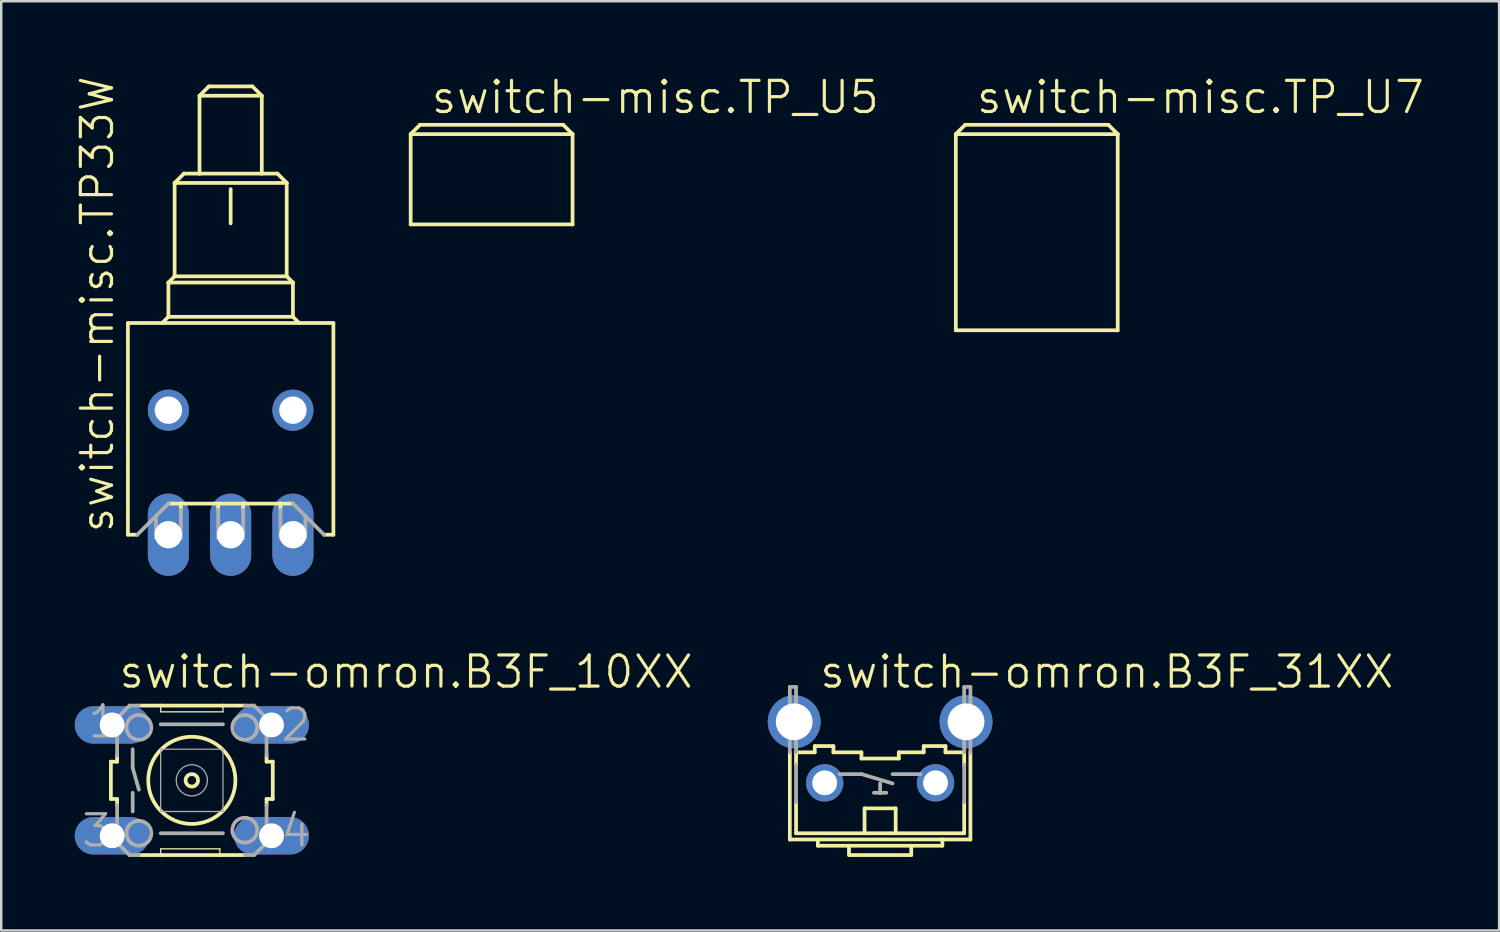
<source format=kicad_pcb>
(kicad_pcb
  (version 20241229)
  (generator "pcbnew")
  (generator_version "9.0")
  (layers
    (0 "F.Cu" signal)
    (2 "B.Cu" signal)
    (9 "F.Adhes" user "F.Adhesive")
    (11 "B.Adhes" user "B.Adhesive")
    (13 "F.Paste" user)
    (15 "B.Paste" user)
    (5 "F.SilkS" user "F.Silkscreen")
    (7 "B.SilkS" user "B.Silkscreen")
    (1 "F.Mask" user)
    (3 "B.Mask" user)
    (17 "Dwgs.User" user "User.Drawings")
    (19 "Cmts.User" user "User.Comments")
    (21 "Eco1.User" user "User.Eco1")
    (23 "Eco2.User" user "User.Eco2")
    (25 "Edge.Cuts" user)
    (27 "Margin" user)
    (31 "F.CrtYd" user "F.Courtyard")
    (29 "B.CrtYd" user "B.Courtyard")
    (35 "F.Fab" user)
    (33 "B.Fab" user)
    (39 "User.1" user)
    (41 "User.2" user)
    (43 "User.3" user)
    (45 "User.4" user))
  (footprint "switch-omron.B3F_10XX"
    (layer "F.Cu")
    (at 4.775 28.782)
    (property "Reference" "switch-omron.B3F_10XX" (at -3.048 -3.683 0) (layer "F.SilkS") (effects (font (size 1.27 1.27) (thickness 0.13)) (justify left bottom)))
    (attr through_hole)
    (fp_line (start -3.302 -0.762) (end -3.302 0.762) (stroke (width 0.152) (type default)) (layer "F.SilkS"))
    (fp_line (start -3.302 -0.762) (end -3.048 -0.762) (stroke (width 0.152) (type default)) (layer "F.SilkS"))
    (fp_line (start -3.048 -0.762) (end -3.048 -1.016) (stroke (width 0.152) (type default)) (layer "F.SilkS"))
    (fp_line (start -3.048 0.762) (end -3.302 0.762) (stroke (width 0.152) (type default)) (layer "F.SilkS"))
    (fp_line (start -3.048 0.762) (end -3.048 1.016) (stroke (width 0.152) (type default)) (layer "F.SilkS"))
    (fp_line (start -2.159 3.048) (end -1.27 3.048) (stroke (width 0.152) (type default)) (layer "F.SilkS"))
    (fp_line (start -1.27 -3.048) (end -2.159 -3.048) (stroke (width 0.152) (type default)) (layer "F.SilkS"))
    (fp_line (start -1.27 -3.048) (end -1.27 -2.794) (stroke (width 0.051) (type default)) (layer "F.SilkS"))
    (fp_line (start -1.27 2.794) (end -1.27 3.048) (stroke (width 0.051) (type default)) (layer "F.SilkS"))
    (fp_line (start -1.27 3.048) (end 1.143 3.048) (stroke (width 0.152) (type default)) (layer "F.SilkS"))
    (fp_line (start 1.143 2.794) (end -1.27 2.794) (stroke (width 0.051) (type default)) (layer "F.SilkS"))
    (fp_line (start 1.143 2.794) (end 1.143 3.048) (stroke (width 0.051) (type default)) (layer "F.SilkS"))
    (fp_line (start 1.143 3.048) (end 2.159 3.048) (stroke (width 0.152) (type default)) (layer "F.SilkS"))
    (fp_line (start 1.27 -3.048) (end -1.27 -3.048) (stroke (width 0.152) (type default)) (layer "F.SilkS"))
    (fp_line (start 1.27 -2.794) (end -1.27 -2.794) (stroke (width 0.051) (type default)) (layer "F.SilkS"))
    (fp_line (start 1.27 -2.794) (end 1.27 -3.048) (stroke (width 0.051) (type default)) (layer "F.SilkS"))
    (fp_line (start 2.159 -3.048) (end 1.27 -3.048) (stroke (width 0.152) (type default)) (layer "F.SilkS"))
    (fp_line (start 3.048 -0.762) (end 3.048 -1.016) (stroke (width 0.152) (type default)) (layer "F.SilkS"))
    (fp_line (start 3.048 -0.762) (end 3.302 -0.762) (stroke (width 0.152) (type default)) (layer "F.SilkS"))
    (fp_line (start 3.048 0.762) (end 3.048 1.016) (stroke (width 0.152) (type default)) (layer "F.SilkS"))
    (fp_line (start 3.302 0.762) (end 3.048 0.762) (stroke (width 0.152) (type default)) (layer "F.SilkS"))
    (fp_line (start 3.302 0.762) (end 3.302 -0.762) (stroke (width 0.152) (type default)) (layer "F.SilkS"))
    (fp_circle (center 0 0) (end 0.254 0) (stroke (width 0.152) (type default)) (fill no) (layer "F.SilkS"))
    (fp_circle (center 0 0) (end 1.778 0) (stroke (width 0.152) (type default)) (fill no) (layer "F.SilkS"))
    (fp_line (start -3.048 -2.54) (end -3.048 -1.016) (stroke (width 0.152) (type default)) (layer "F.Fab"))
    (fp_line (start -3.048 2.54) (end -3.048 1.016) (stroke (width 0.152) (type default)) (layer "F.Fab"))
    (fp_line (start -2.54 -3.048) (end -3.048 -2.54) (stroke (width 0.152) (type default)) (layer "F.Fab"))
    (fp_line (start -2.54 -3.048) (end -2.159 -3.048) (stroke (width 0.152) (type default)) (layer "F.Fab"))
    (fp_line (start -2.54 3.048) (end -3.048 2.54) (stroke (width 0.152) (type default)) (layer "F.Fab"))
    (fp_line (start -2.54 3.048) (end -2.159 3.048) (stroke (width 0.152) (type default)) (layer "F.Fab"))
    (fp_line (start -2.413 -1.27) (end -2.413 -0.508) (stroke (width 0.152) (type default)) (layer "F.Fab"))
    (fp_line (start -2.413 -0.508) (end -2.159 0.381) (stroke (width 0.152) (type default)) (layer "F.Fab"))
    (fp_line (start -2.413 0.508) (end -2.413 1.27) (stroke (width 0.152) (type default)) (layer "F.Fab"))
    (fp_line (start -1.27 -1.27) (end -1.27 1.27) (stroke (width 0.051) (type default)) (layer "F.Fab"))
    (fp_line (start -1.27 -1.27) (end 1.27 -1.27) (stroke (width 0.051) (type default)) (layer "F.Fab"))
    (fp_line (start -1.27 2.159) (end 1.27 2.159) (stroke (width 0.152) (type default)) (layer "F.Fab"))
    (fp_line (start 1.27 -2.286) (end -1.27 -2.286) (stroke (width 0.152) (type default)) (layer "F.Fab"))
    (fp_line (start 1.27 1.27) (end -1.27 1.27) (stroke (width 0.051) (type default)) (layer "F.Fab"))
    (fp_line (start 1.27 1.27) (end 1.27 -1.27) (stroke (width 0.051) (type default)) (layer "F.Fab"))
    (fp_line (start 2.54 -3.048) (end 2.159 -3.048) (stroke (width 0.152) (type default)) (layer "F.Fab"))
    (fp_line (start 2.54 3.048) (end 2.159 3.048) (stroke (width 0.152) (type default)) (layer "F.Fab"))
    (fp_line (start 2.54 3.048) (end 3.048 2.54) (stroke (width 0.152) (type default)) (layer "F.Fab"))
    (fp_line (start 3.048 -2.54) (end 2.54 -3.048) (stroke (width 0.152) (type default)) (layer "F.Fab"))
    (fp_line (start 3.048 -1.016) (end 3.048 -2.54) (stroke (width 0.152) (type default)) (layer "F.Fab"))
    (fp_line (start 3.048 2.54) (end 3.048 1.016) (stroke (width 0.152) (type default)) (layer "F.Fab"))
    (fp_circle (center -2.159 -2.159) (end -1.651 -2.159) (stroke (width 0.152) (type default)) (fill no) (layer "F.Fab"))
    (fp_circle (center -2.159 2.159) (end -1.651 2.159) (stroke (width 0.152) (type default)) (fill no) (layer "F.Fab"))
    (fp_circle (center 0 0) (end 0.635 0) (stroke (width 0.051) (type default)) (fill no) (layer "F.Fab"))
    (fp_circle (center 2.159 -2.159) (end 2.667 -2.159) (stroke (width 0.152) (type default)) (fill no) (layer "F.Fab"))
    (fp_circle (center 2.159 2.032) (end 2.667 2.032) (stroke (width 0.152) (type default)) (fill no) (layer "F.Fab"))
    (fp_text user "1" (at -4.318 -1.651 0) (layer "F.Fab") (effects (font (size 1.27 1.27) (thickness 0.13)) (justify left bottom)))
    (fp_text user "3" (at -4.572 2.794 0) (layer "F.Fab") (effects (font (size 1.27 1.27) (thickness 0.13)) (justify left bottom)))
    (fp_text user "4" (at 3.556 2.794 0) (layer "F.Fab") (effects (font (size 1.27 1.27) (thickness 0.13)) (justify left bottom)))
    (fp_text user "2" (at 3.556 -1.524 0) (layer "F.Fab") (effects (font (size 1.27 1.27) (thickness 0.13)) (justify left bottom)))
    (pad "1" thru_hole oval (at -3.251 -2.261) (size 3.048 1.524) (drill 1.016) (layers "*.Cu" "*.Mask"))
    (pad "2" thru_hole oval (at 3.251 -2.261) (size 3.048 1.524) (drill 1.016) (layers "*.Cu" "*.Mask"))
    (pad "3" thru_hole oval (at -3.251 2.261) (size 3.048 1.524) (drill 1.016) (layers "*.Cu" "*.Mask"))
    (pad "4" thru_hole oval (at 3.251 2.261) (size 3.048 1.524) (drill 1.016) (layers "*.Cu" "*.Mask")))
  (footprint "switch-misc.TP_U7"
    (layer "F.Cu")
    (at 39.242 10.423)
    (property "Reference" "switch-misc.TP_U7" (at -2.54 -8.763 0) (layer "F.SilkS") (effects (font (size 1.27 1.27) (thickness 0.13)) (justify left bottom)))
    (fp_line (start -3.302 -8.001) (end -3.302 0) (stroke (width 0.152) (type default)) (layer "F.SilkS"))
    (fp_line (start -3.302 -8.001) (end 3.302 -8.001) (stroke (width 0.152) (type default)) (layer "F.SilkS"))
    (fp_line (start -3.302 0) (end 3.302 0) (stroke (width 0.152) (type default)) (layer "F.SilkS"))
    (fp_line (start -2.921 -8.382) (end -3.302 -8.001) (stroke (width 0.152) (type default)) (layer "F.SilkS"))
    (fp_line (start 2.921 -8.382) (end -2.921 -8.382) (stroke (width 0.152) (type default)) (layer "F.SilkS"))
    (fp_line (start 3.302 -8.001) (end 2.921 -8.382) (stroke (width 0.152) (type default)) (layer "F.SilkS"))
    (fp_line (start 3.302 0) (end 3.302 -8.001) (stroke (width 0.152) (type default)) (layer "F.SilkS")))
  (footprint "switch-misc.TP33W"
    (layer "F.Cu")
    (at 6.359 13.683)
    (property "Reference" "switch-misc.TP33W" (at -4.699 5.08 90) (layer "F.SilkS") (effects (font (size 1.27 1.27) (thickness 0.13)) (justify left bottom)))
    (attr through_hole)
    (fp_line (start -4.191 -3.556) (end -2.794 -3.556) (stroke (width 0.152) (type default)) (layer "F.SilkS"))
    (fp_line (start -4.191 5.08) (end -4.191 -3.556) (stroke (width 0.152) (type default)) (layer "F.SilkS"))
    (fp_line (start -3.81 5.08) (end -4.191 5.08) (stroke (width 0.152) (type default)) (layer "F.SilkS"))
    (fp_line (start -2.794 -3.556) (end 2.794 -3.556) (stroke (width 0.152) (type default)) (layer "F.SilkS"))
    (fp_line (start -2.54 -5.207) (end -2.54 -3.81) (stroke (width 0.152) (type default)) (layer "F.SilkS"))
    (fp_line (start -2.54 -5.207) (end -2.286 -5.461) (stroke (width 0.152) (type default)) (layer "F.SilkS"))
    (fp_line (start -2.54 -5.207) (end 2.54 -5.207) (stroke (width 0.152) (type default)) (layer "F.SilkS"))
    (fp_line (start -2.54 -3.81) (end -2.794 -3.556) (stroke (width 0.152) (type default)) (layer "F.SilkS"))
    (fp_line (start -2.286 -9.271) (end -2.286 -5.461) (stroke (width 0.152) (type default)) (layer "F.SilkS"))
    (fp_line (start -2.286 -9.271) (end -1.905 -9.652) (stroke (width 0.152) (type default)) (layer "F.SilkS"))
    (fp_line (start -2.286 -5.461) (end 2.286 -5.461) (stroke (width 0.152) (type default)) (layer "F.SilkS"))
    (fp_line (start -2.032 3.81) (end -2.54 3.81) (stroke (width 0.152) (type default)) (layer "F.SilkS"))
    (fp_line (start -2.032 4.064) (end -2.032 3.81) (stroke (width 0.152) (type default)) (layer "F.SilkS"))
    (fp_line (start -1.905 -9.652) (end -1.27 -9.652) (stroke (width 0.152) (type default)) (layer "F.SilkS"))
    (fp_line (start -1.27 -12.827) (end -1.27 -9.652) (stroke (width 0.152) (type default)) (layer "F.SilkS"))
    (fp_line (start -1.27 -12.827) (end 1.27 -12.827) (stroke (width 0.152) (type default)) (layer "F.SilkS"))
    (fp_line (start -1.27 -9.652) (end 1.27 -9.652) (stroke (width 0.152) (type default)) (layer "F.SilkS"))
    (fp_line (start -0.889 -13.208) (end -1.27 -12.827) (stroke (width 0.152) (type default)) (layer "F.SilkS"))
    (fp_line (start -0.889 -13.208) (end 0.889 -13.208) (stroke (width 0.152) (type default)) (layer "F.SilkS"))
    (fp_line (start -0.508 3.81) (end -2.032 3.81) (stroke (width 0.152) (type default)) (layer "F.SilkS"))
    (fp_line (start -0.508 4.064) (end -0.508 3.81) (stroke (width 0.152) (type default)) (layer "F.SilkS"))
    (fp_line (start 0 -7.62) (end 0 -9.017) (stroke (width 0.152) (type default)) (layer "F.SilkS"))
    (fp_line (start 0.508 3.81) (end -0.508 3.81) (stroke (width 0.152) (type default)) (layer "F.SilkS"))
    (fp_line (start 0.508 4.064) (end 0.508 3.81) (stroke (width 0.152) (type default)) (layer "F.SilkS"))
    (fp_line (start 0.889 -13.208) (end 1.27 -12.827) (stroke (width 0.152) (type default)) (layer "F.SilkS"))
    (fp_line (start 1.27 -12.827) (end 1.27 -9.652) (stroke (width 0.152) (type default)) (layer "F.SilkS"))
    (fp_line (start 1.27 -9.652) (end 1.905 -9.652) (stroke (width 0.152) (type default)) (layer "F.SilkS"))
    (fp_line (start 1.905 -9.652) (end 2.286 -9.271) (stroke (width 0.152) (type default)) (layer "F.SilkS"))
    (fp_line (start 2.032 3.81) (end 0.508 3.81) (stroke (width 0.152) (type default)) (layer "F.SilkS"))
    (fp_line (start 2.032 4.064) (end 2.032 3.81) (stroke (width 0.152) (type default)) (layer "F.SilkS"))
    (fp_line (start 2.286 -9.271) (end -2.286 -9.271) (stroke (width 0.152) (type default)) (layer "F.SilkS"))
    (fp_line (start 2.286 -9.271) (end 2.286 -5.461) (stroke (width 0.152) (type default)) (layer "F.SilkS"))
    (fp_line (start 2.286 -5.461) (end 2.54 -5.207) (stroke (width 0.152) (type default)) (layer "F.SilkS"))
    (fp_line (start 2.54 -5.207) (end 2.54 -3.81) (stroke (width 0.152) (type default)) (layer "F.SilkS"))
    (fp_line (start 2.54 -3.81) (end -2.54 -3.81) (stroke (width 0.152) (type default)) (layer "F.SilkS"))
    (fp_line (start 2.54 -3.81) (end 2.794 -3.556) (stroke (width 0.152) (type default)) (layer "F.SilkS"))
    (fp_line (start 2.54 3.81) (end 2.032 3.81) (stroke (width 0.152) (type default)) (layer "F.SilkS"))
    (fp_line (start 2.794 -3.556) (end 4.191 -3.556) (stroke (width 0.152) (type default)) (layer "F.SilkS"))
    (fp_line (start 4.191 -3.556) (end 4.191 5.08) (stroke (width 0.152) (type default)) (layer "F.SilkS"))
    (fp_line (start 4.191 5.08) (end 3.81 5.08) (stroke (width 0.152) (type default)) (layer "F.SilkS"))
    (fp_line (start -3.048 4.318) (end -3.81 5.08) (stroke (width 0.152) (type default)) (layer "F.Fab"))
    (fp_line (start -3.048 4.318) (end -3.048 5.207) (stroke (width 0.152) (type default)) (layer "F.Fab"))
    (fp_line (start -3.048 5.207) (end -2.032 5.207) (stroke (width 0.152) (type default)) (layer "F.Fab"))
    (fp_line (start -2.54 3.81) (end -3.048 4.318) (stroke (width 0.152) (type default)) (layer "F.Fab"))
    (fp_line (start -2.032 5.207) (end -2.032 4.064) (stroke (width 0.152) (type default)) (layer "F.Fab"))
    (fp_line (start -0.508 5.207) (end -0.508 4.064) (stroke (width 0.152) (type default)) (layer "F.Fab"))
    (fp_line (start -0.508 5.207) (end 0.508 5.207) (stroke (width 0.152) (type default)) (layer "F.Fab"))
    (fp_line (start 0.508 5.207) (end 0.508 4.064) (stroke (width 0.152) (type default)) (layer "F.Fab"))
    (fp_line (start 2.032 5.207) (end 2.032 4.064) (stroke (width 0.152) (type default)) (layer "F.Fab"))
    (fp_line (start 2.032 5.207) (end 3.048 5.207) (stroke (width 0.152) (type default)) (layer "F.Fab"))
    (fp_line (start 3.048 4.318) (end 2.54 3.81) (stroke (width 0.152) (type default)) (layer "F.Fab"))
    (fp_line (start 3.048 4.318) (end 3.048 5.207) (stroke (width 0.152) (type default)) (layer "F.Fab"))
    (fp_line (start 3.81 5.08) (end 3.048 4.318) (stroke (width 0.152) (type default)) (layer "F.Fab"))
    (pad "1" thru_hole oval (at 2.54 5.08 90) (size 3.353 1.676) (drill 1.118) (layers "*.Cu" "*.Mask"))
    (pad "2" thru_hole oval (at 0 5.08 90) (size 3.353 1.676) (drill 1.118) (layers "*.Cu" "*.Mask"))
    (pad "3" thru_hole oval (at -2.54 5.08 90) (size 3.353 1.676) (drill 1.118) (layers "*.Cu" "*.Mask"))
    (pad "M" thru_hole circle (at 2.54 0) (size 1.676 1.676) (drill 1.118) (layers "*.Cu" "*.Mask"))
    (pad "M1" thru_hole circle (at -2.54 0) (size 1.676 1.676) (drill 1.118) (layers "*.Cu" "*.Mask")))
  (footprint "switch-omron.B3F_31XX"
    (layer "F.Cu")
    (at 32.852 27.639)
    (property "Reference" "switch-omron.B3F_31XX" (at -2.54 -2.54 0) (layer "F.SilkS") (effects (font (size 1.27 1.27) (thickness 0.13)) (justify left bottom)))
    (attr through_hole)
    (fp_line (start -3.683 0) (end -3.683 3.556) (stroke (width 0.152) (type default)) (layer "F.SilkS"))
    (fp_line (start -3.429 0) (end -2.667 0) (stroke (width 0.152) (type default)) (layer "F.SilkS"))
    (fp_line (start -3.429 0.508) (end -3.429 0) (stroke (width 0.152) (type default)) (layer "F.SilkS"))
    (fp_line (start -3.429 2.032) (end -3.429 3.302) (stroke (width 0.152) (type default)) (layer "F.SilkS"))
    (fp_line (start -3.429 3.302) (end -0.635 3.302) (stroke (width 0.152) (type default)) (layer "F.SilkS"))
    (fp_line (start -2.667 -0.254) (end -2.667 0) (stroke (width 0.152) (type default)) (layer "F.SilkS"))
    (fp_line (start -2.667 -0.254) (end -1.905 -0.254) (stroke (width 0.152) (type default)) (layer "F.SilkS"))
    (fp_line (start -2.54 3.556) (end -2.54 3.81) (stroke (width 0.152) (type default)) (layer "F.SilkS"))
    (fp_line (start -2.54 3.81) (end -1.27 3.81) (stroke (width 0.152) (type default)) (layer "F.SilkS"))
    (fp_line (start -1.905 0) (end -1.905 -0.254) (stroke (width 0.152) (type default)) (layer "F.SilkS"))
    (fp_line (start -1.905 0) (end -0.762 0) (stroke (width 0.152) (type default)) (layer "F.SilkS"))
    (fp_line (start -1.27 3.81) (end -1.27 4.191) (stroke (width 0.152) (type default)) (layer "F.SilkS"))
    (fp_line (start -1.27 3.81) (end 1.27 3.81) (stroke (width 0.152) (type default)) (layer "F.SilkS"))
    (fp_line (start -1.27 4.191) (end 1.27 4.191) (stroke (width 0.152) (type default)) (layer "F.SilkS"))
    (fp_line (start -0.762 0.254) (end -0.762 0) (stroke (width 0.152) (type default)) (layer "F.SilkS"))
    (fp_line (start -0.762 0.254) (end 0.762 0.254) (stroke (width 0.152) (type default)) (layer "F.SilkS"))
    (fp_line (start -0.635 2.286) (end 0.635 2.286) (stroke (width 0.152) (type default)) (layer "F.SilkS"))
    (fp_line (start -0.635 3.302) (end -0.635 2.286) (stroke (width 0.152) (type default)) (layer "F.SilkS"))
    (fp_line (start -0.635 3.302) (end 0.635 3.302) (stroke (width 0.152) (type default)) (layer "F.SilkS"))
    (fp_line (start 0.635 3.302) (end 0.635 2.286) (stroke (width 0.152) (type default)) (layer "F.SilkS"))
    (fp_line (start 0.635 3.302) (end 3.429 3.302) (stroke (width 0.152) (type default)) (layer "F.SilkS"))
    (fp_line (start 0.762 0) (end 0.762 0.254) (stroke (width 0.152) (type default)) (layer "F.SilkS"))
    (fp_line (start 0.762 0) (end 1.778 0) (stroke (width 0.152) (type default)) (layer "F.SilkS"))
    (fp_line (start 1.27 3.81) (end 1.27 4.191) (stroke (width 0.152) (type default)) (layer "F.SilkS"))
    (fp_line (start 1.27 3.81) (end 2.54 3.81) (stroke (width 0.152) (type default)) (layer "F.SilkS"))
    (fp_line (start 1.778 -0.254) (end 2.667 -0.254) (stroke (width 0.152) (type default)) (layer "F.SilkS"))
    (fp_line (start 1.778 0) (end 1.778 -0.254) (stroke (width 0.152) (type default)) (layer "F.SilkS"))
    (fp_line (start 2.54 3.556) (end -3.683 3.556) (stroke (width 0.152) (type default)) (layer "F.SilkS"))
    (fp_line (start 2.54 3.556) (end 2.54 3.81) (stroke (width 0.152) (type default)) (layer "F.SilkS"))
    (fp_line (start 2.667 0) (end 2.667 -0.254) (stroke (width 0.152) (type default)) (layer "F.SilkS"))
    (fp_line (start 2.667 0) (end 3.429 0) (stroke (width 0.152) (type default)) (layer "F.SilkS"))
    (fp_line (start 3.429 0.508) (end 3.429 0) (stroke (width 0.152) (type default)) (layer "F.SilkS"))
    (fp_line (start 3.429 2.032) (end 3.429 3.302) (stroke (width 0.152) (type default)) (layer "F.SilkS"))
    (fp_line (start 3.683 0) (end 3.683 3.556) (stroke (width 0.152) (type default)) (layer "F.SilkS"))
    (fp_line (start 3.683 3.556) (end 2.54 3.556) (stroke (width 0.152) (type default)) (layer "F.SilkS"))
    (fp_line (start -3.683 -2.667) (end -3.429 -2.667) (stroke (width 0.152) (type default)) (layer "F.Fab"))
    (fp_line (start -3.683 0) (end -3.683 -2.667) (stroke (width 0.152) (type default)) (layer "F.Fab"))
    (fp_line (start -3.429 -2.667) (end -3.429 0) (stroke (width 0.152) (type default)) (layer "F.Fab"))
    (fp_line (start -3.429 0.508) (end -3.429 2.032) (stroke (width 0.152) (type default)) (layer "F.Fab"))
    (fp_line (start -1.651 0.889) (end -0.762 0.889) (stroke (width 0.152) (type default)) (layer "F.Fab"))
    (fp_line (start -0.762 0.889) (end 0.508 1.27) (stroke (width 0.152) (type default)) (layer "F.Fab"))
    (fp_line (start -0.254 1.651) (end 0 1.651) (stroke (width 0.152) (type default)) (layer "F.Fab"))
    (fp_line (start 0 1.27) (end 0 1.651) (stroke (width 0.152) (type default)) (layer "F.Fab"))
    (fp_line (start 0 1.651) (end 0.254 1.651) (stroke (width 0.152) (type default)) (layer "F.Fab"))
    (fp_line (start 0.508 0.889) (end 1.651 0.889) (stroke (width 0.152) (type default)) (layer "F.Fab"))
    (fp_line (start 3.429 -2.667) (end 3.683 -2.667) (stroke (width 0.152) (type default)) (layer "F.Fab"))
    (fp_line (start 3.429 0) (end 3.429 -2.667) (stroke (width 0.152) (type default)) (layer "F.Fab"))
    (fp_line (start 3.429 0.508) (end 3.429 2.032) (stroke (width 0.152) (type default)) (layer "F.Fab"))
    (fp_line (start 3.683 -2.667) (end 3.683 0) (stroke (width 0.152) (type default)) (layer "F.Fab"))
    (pad "1" thru_hole circle (at -2.261 1.245) (size 1.524 1.524) (drill 1.016) (layers "*.Cu" "*.Mask"))
    (pad "2" thru_hole circle (at 2.261 1.245) (size 1.524 1.524) (drill 1.016) (layers "*.Cu" "*.Mask"))
    (pad "3" thru_hole circle (at -3.505 -1.245) (size 2.159 2.159) (drill 1.499) (layers "*.Cu" "*.Mask"))
    (pad "4" thru_hole circle (at 3.505 -1.245) (size 2.159 2.159) (drill 1.499) (layers "*.Cu" "*.Mask")))
  (footprint "switch-misc.TP_U5"
    (layer "F.Cu")
    (at 17.004 6.105)
    (property "Reference" "switch-misc.TP_U5" (at -2.54 -4.445 0) (layer "F.SilkS") (effects (font (size 1.27 1.27) (thickness 0.13)) (justify left bottom)))
    (fp_line (start -3.302 -3.683) (end -3.302 0) (stroke (width 0.152) (type default)) (layer "F.SilkS"))
    (fp_line (start -3.302 -3.683) (end 3.302 -3.683) (stroke (width 0.152) (type default)) (layer "F.SilkS"))
    (fp_line (start -3.302 0) (end 3.302 0) (stroke (width 0.152) (type default)) (layer "F.SilkS"))
    (fp_line (start -2.921 -4.064) (end -3.302 -3.683) (stroke (width 0.152) (type default)) (layer "F.SilkS"))
    (fp_line (start 2.921 -4.064) (end -2.921 -4.064) (stroke (width 0.152) (type default)) (layer "F.SilkS"))
    (fp_line (start 3.302 -3.683) (end 2.921 -4.064) (stroke (width 0.152) (type default)) (layer "F.SilkS"))
    (fp_line (start 3.302 0) (end 3.302 -3.683) (stroke (width 0.152) (type default)) (layer "F.SilkS")))
  (gr_rect
    (start -3 -3)
    (end 58.102 34.906)
    (stroke (width 0.1) (type default))
    (fill no)
    (layer "Edge.Cuts")))
</source>
